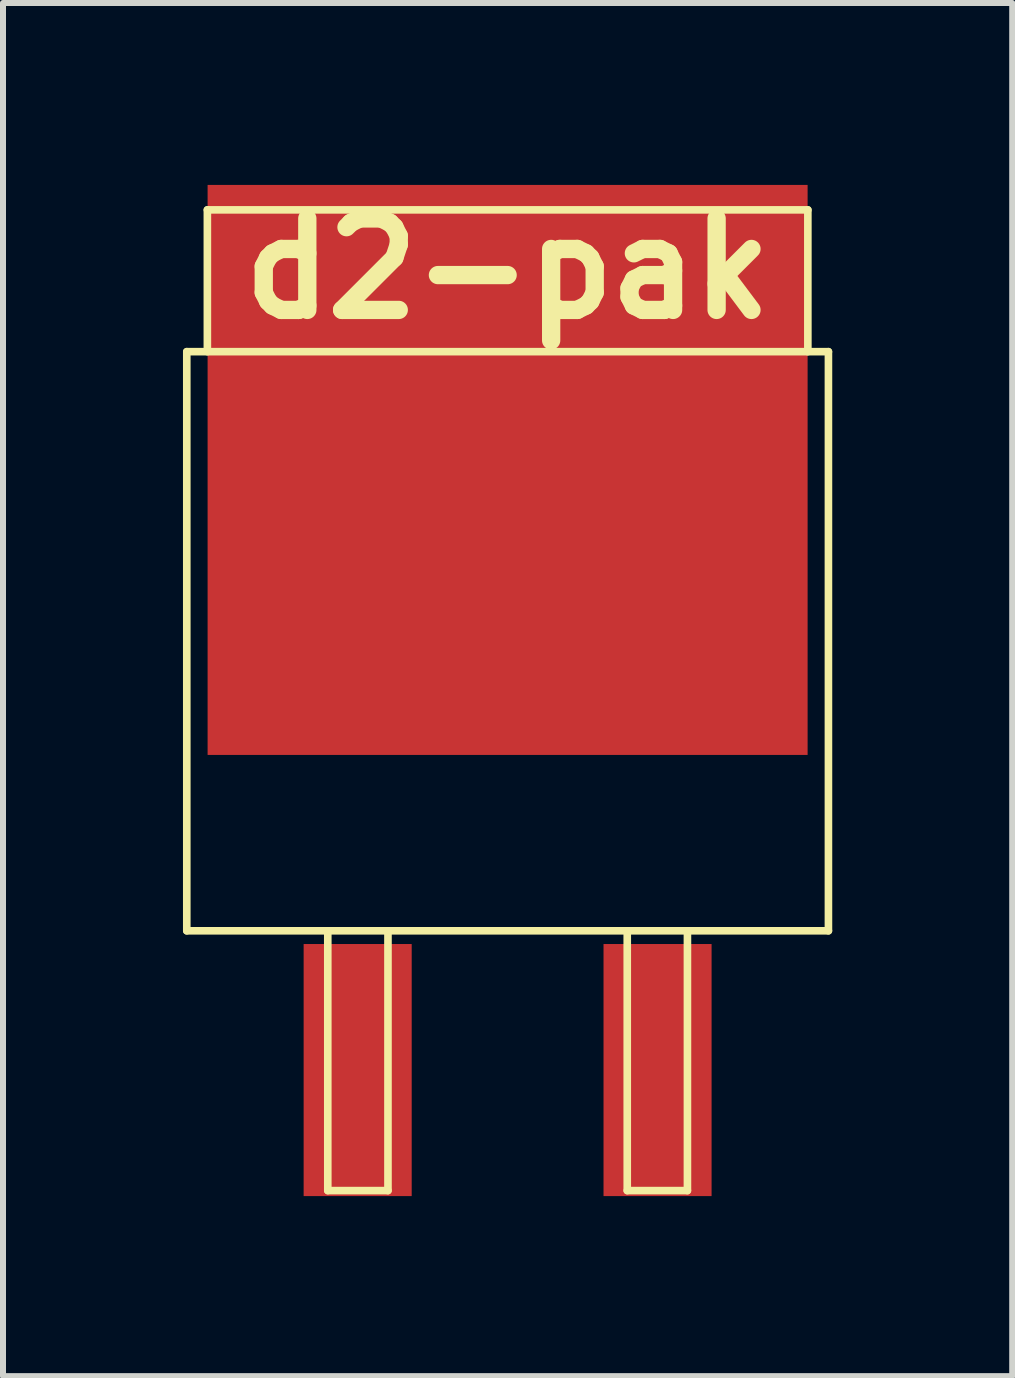
<source format=kicad_pcb>
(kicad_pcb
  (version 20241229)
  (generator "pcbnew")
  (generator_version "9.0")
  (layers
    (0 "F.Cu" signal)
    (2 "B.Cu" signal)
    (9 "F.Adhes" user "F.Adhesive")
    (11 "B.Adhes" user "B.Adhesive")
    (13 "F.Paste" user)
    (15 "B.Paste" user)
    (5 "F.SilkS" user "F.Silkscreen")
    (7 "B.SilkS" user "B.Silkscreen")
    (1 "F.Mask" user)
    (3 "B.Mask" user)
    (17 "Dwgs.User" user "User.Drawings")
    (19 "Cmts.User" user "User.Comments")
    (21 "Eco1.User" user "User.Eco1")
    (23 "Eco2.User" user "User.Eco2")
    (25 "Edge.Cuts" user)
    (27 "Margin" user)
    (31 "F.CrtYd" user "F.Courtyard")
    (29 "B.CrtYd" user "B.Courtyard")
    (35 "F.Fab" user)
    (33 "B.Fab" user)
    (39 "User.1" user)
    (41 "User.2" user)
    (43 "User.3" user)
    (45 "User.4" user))
  (footprint "d2-pak"
    (layer "F.Cu")
    (at 5.41 9.783)
    (property "Reference" "d2-pak" (at 0 -8.357 0) (layer "F.SilkS") (effects (font (size 1.524 1.524) (thickness 0.305))))
    (attr through_hole)
    (fp_line (start -5.347 -6.972) (end 5.347 -6.972) (stroke (width 0.127) (type solid)) (layer "F.SilkS"))
    (fp_line (start -5.347 2.68) (end -5.347 -6.972) (stroke (width 0.127) (type solid)) (layer "F.SilkS"))
    (fp_line (start -5.004 -9.335) (end 5.004 -9.335) (stroke (width 0.127) (type solid)) (layer "F.SilkS"))
    (fp_line (start -5.004 -6.972) (end -5.004 -9.335) (stroke (width 0.127) (type solid)) (layer "F.SilkS"))
    (fp_line (start -2.997 2.68) (end -2.997 7.01) (stroke (width 0.127) (type solid)) (layer "F.SilkS"))
    (fp_line (start -2.997 7.01) (end -1.994 7.01) (stroke (width 0.127) (type solid)) (layer "F.SilkS"))
    (fp_line (start -1.994 7.01) (end -1.994 2.68) (stroke (width 0.127) (type solid)) (layer "F.SilkS"))
    (fp_line (start 1.994 2.68) (end 1.994 7.01) (stroke (width 0.127) (type solid)) (layer "F.SilkS"))
    (fp_line (start 1.994 7.01) (end 2.997 7.01) (stroke (width 0.127) (type solid)) (layer "F.SilkS"))
    (fp_line (start 2.997 7.01) (end 2.997 2.68) (stroke (width 0.127) (type solid)) (layer "F.SilkS"))
    (fp_line (start 5.004 -9.335) (end 5.004 -6.972) (stroke (width 0.127) (type solid)) (layer "F.SilkS"))
    (fp_line (start 5.347 -6.972) (end 5.347 2.68) (stroke (width 0.127) (type solid)) (layer "F.SilkS"))
    (fp_line (start 5.347 2.68) (end -5.347 2.68) (stroke (width 0.127) (type solid)) (layer "F.SilkS"))
    (pad "1" smd rect (at -2.499 5.001) (size 1.801 4.201) (layers "F.Cu" "F.Mask" "F.Paste"))
    (pad "2" smd rect (at 0 -5.001) (size 10 9.5) (layers "F.Cu" "F.Mask" "F.Paste"))
    (pad "3" smd rect (at 2.499 5.001) (size 1.801 4.201) (layers "F.Cu" "F.Mask" "F.Paste")))
  (gr_rect
    (start -3 -3)
    (end 13.82 19.885)
    (stroke (width 0.1) (type default))
    (fill no)
    (layer "Edge.Cuts")))
</source>
